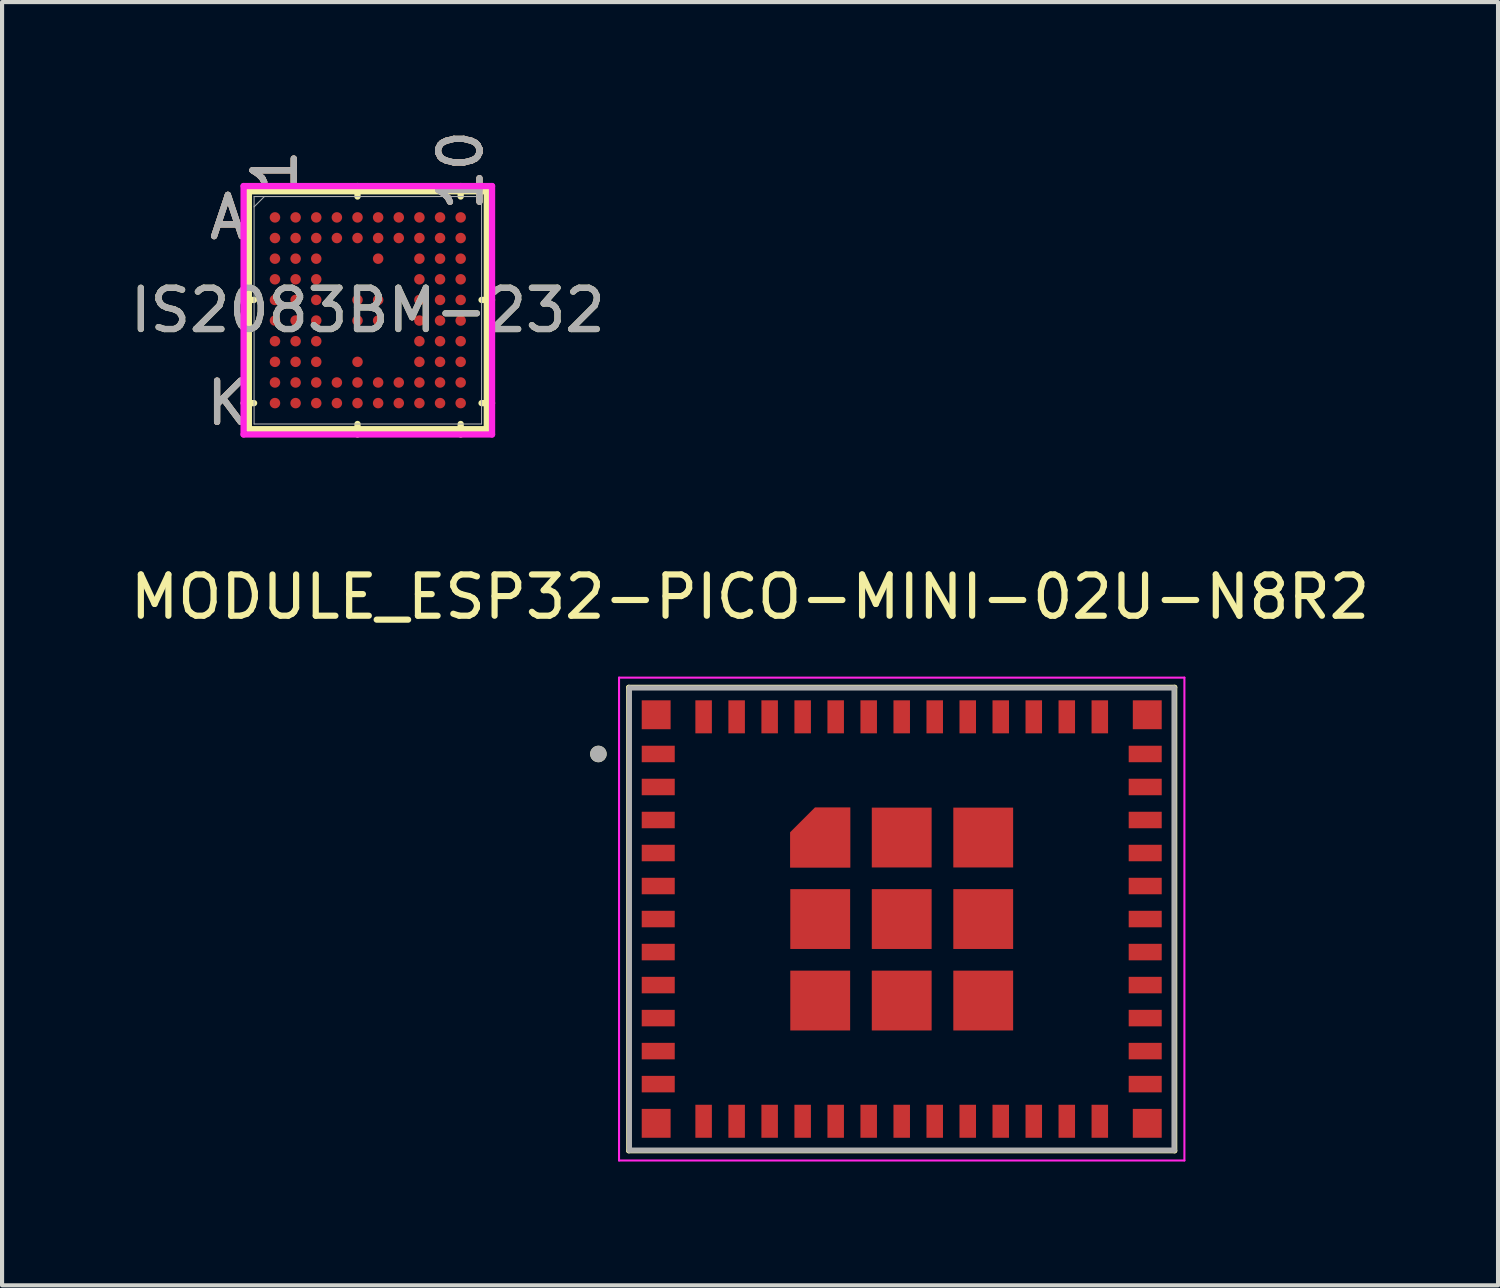
<source format=kicad_pcb>
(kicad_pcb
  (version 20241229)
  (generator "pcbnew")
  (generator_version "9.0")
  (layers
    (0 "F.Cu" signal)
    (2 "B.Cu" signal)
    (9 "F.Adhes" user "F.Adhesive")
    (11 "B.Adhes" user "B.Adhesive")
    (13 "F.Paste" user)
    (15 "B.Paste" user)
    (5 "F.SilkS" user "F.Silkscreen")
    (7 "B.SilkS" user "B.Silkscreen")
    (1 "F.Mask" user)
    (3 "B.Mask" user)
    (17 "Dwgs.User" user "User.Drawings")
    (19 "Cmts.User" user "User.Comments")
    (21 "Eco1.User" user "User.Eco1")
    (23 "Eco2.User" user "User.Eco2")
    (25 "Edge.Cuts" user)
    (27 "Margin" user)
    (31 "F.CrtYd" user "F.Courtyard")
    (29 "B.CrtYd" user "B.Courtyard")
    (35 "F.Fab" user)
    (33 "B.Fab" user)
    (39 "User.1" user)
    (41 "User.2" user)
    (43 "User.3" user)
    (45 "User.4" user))
  (footprint "MODULE_ESP32-PICO-MINI-02U-N8R2"
    (layer "F.Cu")
    (at 18.8 19.22)
    (property "Reference" "MODULE_ESP32-PICO-MINI-02U-N8R2" (at -3.675 -7.805 0) (layer "F.SilkS") (effects (font (size 1 1) (thickness 0.15))))
    (attr smd)
    (fp_poly (pts (xy -1.15 -1.15) (xy -1.15 -2.8) (xy -2.2 -2.8) (xy -2.8 -2.2) (xy -2.8 -1.15)) (stroke (width 0.01) (type solid)) (fill yes) (layer "F.Mask"))
    (fp_line (start -6.614 -5.614) (end 6.614 -5.614) (stroke (width 0.127) (type solid)) (layer "F.SilkS"))
    (fp_line (start -6.614 5.614) (end -6.614 -5.614) (stroke (width 0.127) (type solid)) (layer "F.SilkS"))
    (fp_line (start 6.614 -5.614) (end 6.614 5.614) (stroke (width 0.127) (type solid)) (layer "F.SilkS"))
    (fp_line (start 6.614 5.614) (end -6.614 5.614) (stroke (width 0.127) (type solid)) (layer "F.SilkS"))
    (fp_circle (center -7.35 -4) (end -7.25 -4) (stroke (width 0.2) (type solid)) (fill no) (layer "F.SilkS"))
    (fp_poly (pts (xy -1.25 -1.25) (xy -1.25 -2.7) (xy -2.1 -2.7) (xy -2.7 -2.1) (xy -2.7 -1.25)) (stroke (width 0.01) (type solid)) (fill yes) (layer "F.Paste"))
    (fp_line (start -6.85 -5.85) (end -6.85 5.85) (stroke (width 0.05) (type solid)) (layer "F.CrtYd"))
    (fp_line (start -6.85 5.85) (end 6.85 5.85) (stroke (width 0.05) (type solid)) (layer "F.CrtYd"))
    (fp_line (start 6.85 -5.85) (end -6.85 -5.85) (stroke (width 0.05) (type solid)) (layer "F.CrtYd"))
    (fp_line (start 6.85 5.85) (end 6.85 -5.85) (stroke (width 0.05) (type solid)) (layer "F.CrtYd"))
    (fp_line (start -6.6 -5.6) (end 6.6 -5.6) (stroke (width 0.127) (type solid)) (layer "F.Fab"))
    (fp_line (start -6.6 5.6) (end -6.6 -5.6) (stroke (width 0.127) (type solid)) (layer "F.Fab"))
    (fp_line (start 6.6 -5.6) (end 6.6 5.6) (stroke (width 0.127) (type solid)) (layer "F.Fab"))
    (fp_line (start 6.6 5.6) (end -6.6 5.6) (stroke (width 0.127) (type solid)) (layer "F.Fab"))
    (fp_circle (center -7.35 -4) (end -7.25 -4) (stroke (width 0.2) (type solid)) (fill no) (layer "F.Fab"))
    (pad "1" smd rect (at -5.9 -4) (size 0.8 0.4) (layers "F.Cu" "F.Mask" "F.Paste"))
    (pad "2" smd rect (at -5.9 -3.2) (size 0.8 0.4) (layers "F.Cu" "F.Mask" "F.Paste"))
    (pad "3" smd rect (at -5.9 -2.4) (size 0.8 0.4) (layers "F.Cu" "F.Mask" "F.Paste"))
    (pad "4" smd rect (at -5.9 -1.6) (size 0.8 0.4) (layers "F.Cu" "F.Mask" "F.Paste"))
    (pad "5" smd rect (at -5.9 -0.8) (size 0.8 0.4) (layers "F.Cu" "F.Mask" "F.Paste"))
    (pad "6" smd rect (at -5.9 0) (size 0.8 0.4) (layers "F.Cu" "F.Mask" "F.Paste"))
    (pad "7" smd rect (at -5.9 0.8) (size 0.8 0.4) (layers "F.Cu" "F.Mask" "F.Paste"))
    (pad "8" smd rect (at -5.9 1.6) (size 0.8 0.4) (layers "F.Cu" "F.Mask" "F.Paste"))
    (pad "9" smd rect (at -5.9 2.4) (size 0.8 0.4) (layers "F.Cu" "F.Mask" "F.Paste"))
    (pad "10" smd rect (at -5.9 3.2) (size 0.8 0.4) (layers "F.Cu" "F.Mask" "F.Paste"))
    (pad "11" smd rect (at -5.9 4) (size 0.8 0.4) (layers "F.Cu" "F.Mask" "F.Paste"))
    (pad "12" smd rect (at -4.8 4.9) (size 0.4 0.8) (layers "F.Cu" "F.Mask" "F.Paste"))
    (pad "13" smd rect (at -4 4.9) (size 0.4 0.8) (layers "F.Cu" "F.Mask" "F.Paste"))
    (pad "14" smd rect (at -3.2 4.9) (size 0.4 0.8) (layers "F.Cu" "F.Mask" "F.Paste"))
    (pad "15" smd rect (at -2.4 4.9) (size 0.4 0.8) (layers "F.Cu" "F.Mask" "F.Paste"))
    (pad "16" smd rect (at -1.6 4.9) (size 0.4 0.8) (layers "F.Cu" "F.Mask" "F.Paste"))
    (pad "17" smd rect (at -0.8 4.9) (size 0.4 0.8) (layers "F.Cu" "F.Mask" "F.Paste"))
    (pad "18" smd rect (at 0 4.9) (size 0.4 0.8) (layers "F.Cu" "F.Mask" "F.Paste"))
    (pad "19" smd rect (at 0.8 4.9) (size 0.4 0.8) (layers "F.Cu" "F.Mask" "F.Paste"))
    (pad "20" smd rect (at 1.6 4.9) (size 0.4 0.8) (layers "F.Cu" "F.Mask" "F.Paste"))
    (pad "21" smd rect (at 2.4 4.9) (size 0.4 0.8) (layers "F.Cu" "F.Mask" "F.Paste"))
    (pad "22" smd rect (at 3.2 4.9) (size 0.4 0.8) (layers "F.Cu" "F.Mask" "F.Paste"))
    (pad "23" smd rect (at 4 4.9) (size 0.4 0.8) (layers "F.Cu" "F.Mask" "F.Paste"))
    (pad "24" smd rect (at 4.8 4.9) (size 0.4 0.8) (layers "F.Cu" "F.Mask" "F.Paste"))
    (pad "25" smd rect (at 5.9 4) (size 0.8 0.4) (layers "F.Cu" "F.Mask" "F.Paste"))
    (pad "26" smd rect (at 5.9 3.2) (size 0.8 0.4) (layers "F.Cu" "F.Mask" "F.Paste"))
    (pad "27" smd rect (at 5.9 2.4) (size 0.8 0.4) (layers "F.Cu" "F.Mask" "F.Paste"))
    (pad "28" smd rect (at 5.9 1.6) (size 0.8 0.4) (layers "F.Cu" "F.Mask" "F.Paste"))
    (pad "29" smd rect (at 5.9 0.8) (size 0.8 0.4) (layers "F.Cu" "F.Mask" "F.Paste"))
    (pad "30" smd rect (at 5.9 0) (size 0.8 0.4) (layers "F.Cu" "F.Mask" "F.Paste"))
    (pad "31" smd rect (at 5.9 -0.8) (size 0.8 0.4) (layers "F.Cu" "F.Mask" "F.Paste"))
    (pad "32" smd rect (at 5.9 -1.6) (size 0.8 0.4) (layers "F.Cu" "F.Mask" "F.Paste"))
    (pad "33" smd rect (at 5.9 -2.4) (size 0.8 0.4) (layers "F.Cu" "F.Mask" "F.Paste"))
    (pad "34" smd rect (at 5.9 -3.2) (size 0.8 0.4) (layers "F.Cu" "F.Mask" "F.Paste"))
    (pad "35" smd rect (at 5.9 -4) (size 0.8 0.4) (layers "F.Cu" "F.Mask" "F.Paste"))
    (pad "36" smd rect (at 4.8 -4.9) (size 0.4 0.8) (layers "F.Cu" "F.Mask" "F.Paste"))
    (pad "37" smd rect (at 4 -4.9) (size 0.4 0.8) (layers "F.Cu" "F.Mask" "F.Paste"))
    (pad "38" smd rect (at 3.2 -4.9) (size 0.4 0.8) (layers "F.Cu" "F.Mask" "F.Paste"))
    (pad "39" smd rect (at 2.4 -4.9) (size 0.4 0.8) (layers "F.Cu" "F.Mask" "F.Paste"))
    (pad "40" smd rect (at 1.6 -4.9) (size 0.4 0.8) (layers "F.Cu" "F.Mask" "F.Paste"))
    (pad "41" smd rect (at 0.8 -4.9) (size 0.4 0.8) (layers "F.Cu" "F.Mask" "F.Paste"))
    (pad "42" smd rect (at 0 -4.9) (size 0.4 0.8) (layers "F.Cu" "F.Mask" "F.Paste"))
    (pad "43" smd rect (at -0.8 -4.9) (size 0.4 0.8) (layers "F.Cu" "F.Mask" "F.Paste"))
    (pad "44" smd rect (at -1.6 -4.9) (size 0.4 0.8) (layers "F.Cu" "F.Mask" "F.Paste"))
    (pad "45" smd rect (at -2.4 -4.9) (size 0.4 0.8) (layers "F.Cu" "F.Mask" "F.Paste"))
    (pad "46" smd rect (at -3.2 -4.9) (size 0.4 0.8) (layers "F.Cu" "F.Mask" "F.Paste"))
    (pad "47" smd rect (at -4 -4.9) (size 0.4 0.8) (layers "F.Cu" "F.Mask" "F.Paste"))
    (pad "48" smd rect (at -4.8 -4.9) (size 0.4 0.8) (layers "F.Cu" "F.Mask" "F.Paste"))
    (pad "49_1" smd rect (at 0 0) (size 1.45 1.45) (layers "F.Cu" "F.Mask" "F.Paste"))
    (pad "49_2" smd rect (at 0 1.975) (size 1.45 1.45) (layers "F.Cu" "F.Mask" "F.Paste"))
    (pad "49_3" smd rect (at 1.975 1.975) (size 1.45 1.45) (layers "F.Cu" "F.Mask" "F.Paste"))
    (pad "49_4" smd rect (at 1.975 0) (size 1.45 1.45) (layers "F.Cu" "F.Mask" "F.Paste"))
    (pad "49_5" smd rect (at 1.975 -1.975) (size 1.45 1.45) (layers "F.Cu" "F.Mask" "F.Paste"))
    (pad "49_6" smd custom (at -1.975 -1.975) (size 0.5 0.5) (layers "F.Cu") (options (anchor rect)) (primitives (gr_poly (pts (xy 0.725 0.725) (xy 0.725 -0.725) (xy -0.125 -0.725) (xy -0.725 -0.125) (xy -0.725 0.725)) (width 0.01) (fill yes))))
    (pad "49_7" smd rect (at -1.975 0) (size 1.45 1.45) (layers "F.Cu" "F.Mask" "F.Paste"))
    (pad "49_8" smd rect (at -1.975 1.975) (size 1.45 1.45) (layers "F.Cu" "F.Mask" "F.Paste"))
    (pad "49_9" smd rect (at 0 -1.975) (size 1.45 1.45) (layers "F.Cu" "F.Mask" "F.Paste"))
    (pad "50" smd rect (at 5.95 -4.95) (size 0.7 0.7) (layers "F.Cu" "F.Mask" "F.Paste"))
    (pad "51" smd rect (at 5.95 4.95) (size 0.7 0.7) (layers "F.Cu" "F.Mask" "F.Paste"))
    (pad "52" smd rect (at -5.95 4.95) (size 0.7 0.7) (layers "F.Cu" "F.Mask" "F.Paste"))
    (pad "53" smd rect (at -5.95 -4.95) (size 0.7 0.7) (layers "F.Cu" "F.Mask" "F.Paste")))
  (footprint "IS2083BM-232"
    (layer "F.Cu")
    (at 5.863 4.468)
    (property "Reference" "IS2083BM-232" (at 0 0 0) (unlocked yes) (layer "F.SilkS") (effects (font (size 1 1) (thickness 0.15))))
    (attr smd)
    (fp_line (start -2.883 -2.883) (end -2.883 2.883) (stroke (width 0.152) (type solid)) (layer "F.SilkS"))
    (fp_line (start -2.883 2.883) (end 2.883 2.883) (stroke (width 0.152) (type solid)) (layer "F.SilkS"))
    (fp_line (start -2.756 -0.25) (end -3.01 -0.25) (stroke (width 0.152) (type solid)) (layer "F.SilkS"))
    (fp_line (start -2.756 2.25) (end -3.01 2.25) (stroke (width 0.152) (type solid)) (layer "F.SilkS"))
    (fp_line (start -0.25 -2.756) (end -0.25 -3.01) (stroke (width 0.152) (type solid)) (layer "F.SilkS"))
    (fp_line (start -0.25 2.756) (end -0.25 3.01) (stroke (width 0.152) (type solid)) (layer "F.SilkS"))
    (fp_line (start 2.25 -2.756) (end 2.25 -3.01) (stroke (width 0.152) (type solid)) (layer "F.SilkS"))
    (fp_line (start 2.25 2.756) (end 2.25 3.01) (stroke (width 0.152) (type solid)) (layer "F.SilkS"))
    (fp_line (start 2.756 -0.25) (end 3.01 -0.25) (stroke (width 0.152) (type solid)) (layer "F.SilkS"))
    (fp_line (start 2.756 2.25) (end 3.01 2.25) (stroke (width 0.152) (type solid)) (layer "F.SilkS"))
    (fp_line (start 2.883 -2.883) (end -2.883 -2.883) (stroke (width 0.152) (type solid)) (layer "F.SilkS"))
    (fp_line (start 2.883 2.883) (end 2.883 -2.883) (stroke (width 0.152) (type solid)) (layer "F.SilkS"))
    (fp_line (start -3.01 -3.01) (end 3.01 -3.01) (stroke (width 0.152) (type solid)) (layer "F.CrtYd"))
    (fp_line (start -3.01 3.01) (end -3.01 -3.01) (stroke (width 0.152) (type solid)) (layer "F.CrtYd"))
    (fp_line (start 3.01 -3.01) (end 3.01 3.01) (stroke (width 0.152) (type solid)) (layer "F.CrtYd"))
    (fp_line (start 3.01 3.01) (end -3.01 3.01) (stroke (width 0.152) (type solid)) (layer "F.CrtYd"))
    (fp_line (start -2.756 -2.756) (end -2.756 2.756) (stroke (width 0.025) (type solid)) (layer "F.Fab"))
    (fp_line (start -2.756 2.756) (end 2.756 2.756) (stroke (width 0.025) (type solid)) (layer "F.Fab"))
    (fp_line (start -2.506 -2.756) (end -2.756 -2.506) (stroke (width 0.025) (type solid)) (layer "F.Fab"))
    (fp_line (start 2.756 -2.756) (end -2.756 -2.756) (stroke (width 0.025) (type solid)) (layer "F.Fab"))
    (fp_line (start 2.756 2.756) (end 2.756 -2.756) (stroke (width 0.025) (type solid)) (layer "F.Fab"))
    (fp_text user "A" (at -3.391 -2.25 0) (unlocked yes) (layer "F.SilkS") (effects (font (size 1 1) (thickness 0.15))))
    (fp_text user "K" (at -3.391 2.25 0) (unlocked yes) (layer "F.SilkS") (effects (font (size 1 1) (thickness 0.15))))
    (fp_text user "10" (at 2.25 -3.391 90) (unlocked yes) (layer "F.SilkS") (effects (font (size 1 1) (thickness 0.15))))
    (fp_text user "1" (at -2.25 -3.391 90) (unlocked yes) (layer "F.SilkS") (effects (font (size 1 1) (thickness 0.15))))
    (fp_text user "K" (at -3.391 2.25 0) (unlocked yes) (layer "B.SilkS") (effects (font (size 1 1) (thickness 0.15))))
    (fp_text user "1" (at -2.25 -3.391 90) (unlocked yes) (layer "B.SilkS") (effects (font (size 1 1) (thickness 0.15))))
    (fp_text user "10" (at 2.25 -3.391 90) (unlocked yes) (layer "B.SilkS") (effects (font (size 1 1) (thickness 0.15))))
    (fp_text user "A" (at -3.391 -2.25 0) (unlocked yes) (layer "B.SilkS") (effects (font (size 1 1) (thickness 0.15))))
    (fp_text user "1" (at -2.25 -3.391 90) (unlocked yes) (layer "F.Fab") (effects (font (size 1 1) (thickness 0.15))))
    (fp_text user "10" (at 2.25 -3.391 90) (unlocked yes) (layer "F.Fab") (effects (font (size 1 1) (thickness 0.15))))
    (fp_text user "A" (at -3.391 -2.25 0) (unlocked yes) (layer "F.Fab") (effects (font (size 1 1) (thickness 0.15))))
    (fp_text user "K" (at -3.391 2.25 0) (unlocked yes) (layer "F.Fab") (effects (font (size 1 1) (thickness 0.15))))
    (fp_text user "${REFERENCE}" (at 0 0 0) (unlocked yes) (layer "F.Fab") (effects (font (size 1 1) (thickness 0.15))))
    (pad "A1" smd circle (at -2.25 -2.25) (size 0.254 0.254) (layers "F.Cu" "F.Mask" "F.Paste"))
    (pad "A2" smd circle (at -1.75 -2.25) (size 0.254 0.254) (layers "F.Cu" "F.Mask" "F.Paste"))
    (pad "A3" smd circle (at -1.25 -2.25) (size 0.254 0.254) (layers "F.Cu" "F.Mask" "F.Paste"))
    (pad "A4" smd circle (at -0.75 -2.25) (size 0.254 0.254) (layers "F.Cu" "F.Mask" "F.Paste"))
    (pad "A5" smd circle (at -0.25 -2.25) (size 0.254 0.254) (layers "F.Cu" "F.Mask" "F.Paste"))
    (pad "A6" smd circle (at 0.25 -2.25) (size 0.254 0.254) (layers "F.Cu" "F.Mask" "F.Paste"))
    (pad "A7" smd circle (at 0.75 -2.25) (size 0.254 0.254) (layers "F.Cu" "F.Mask" "F.Paste"))
    (pad "A8" smd circle (at 1.25 -2.25) (size 0.254 0.254) (layers "F.Cu" "F.Mask" "F.Paste"))
    (pad "A9" smd circle (at 1.75 -2.25) (size 0.254 0.254) (layers "F.Cu" "F.Mask" "F.Paste"))
    (pad "A10" smd circle (at 2.25 -2.25) (size 0.254 0.254) (layers "F.Cu" "F.Mask" "F.Paste"))
    (pad "B1" smd circle (at -2.25 -1.75) (size 0.254 0.254) (layers "F.Cu" "F.Mask" "F.Paste"))
    (pad "B2" smd circle (at -1.75 -1.75) (size 0.254 0.254) (layers "F.Cu" "F.Mask" "F.Paste"))
    (pad "B3" smd circle (at -1.25 -1.75) (size 0.254 0.254) (layers "F.Cu" "F.Mask" "F.Paste"))
    (pad "B4" smd circle (at -0.75 -1.75) (size 0.254 0.254) (layers "F.Cu" "F.Mask" "F.Paste"))
    (pad "B5" smd circle (at -0.25 -1.75) (size 0.254 0.254) (layers "F.Cu" "F.Mask" "F.Paste"))
    (pad "B6" smd circle (at 0.25 -1.75) (size 0.254 0.254) (layers "F.Cu" "F.Mask" "F.Paste"))
    (pad "B7" smd circle (at 0.75 -1.75) (size 0.254 0.254) (layers "F.Cu" "F.Mask" "F.Paste"))
    (pad "B8" smd circle (at 1.25 -1.75) (size 0.254 0.254) (layers "F.Cu" "F.Mask" "F.Paste"))
    (pad "B9" smd circle (at 1.75 -1.75) (size 0.254 0.254) (layers "F.Cu" "F.Mask" "F.Paste"))
    (pad "B10" smd circle (at 2.25 -1.75) (size 0.254 0.254) (layers "F.Cu" "F.Mask" "F.Paste"))
    (pad "C1" smd circle (at -2.25 -1.25) (size 0.254 0.254) (layers "F.Cu" "F.Mask" "F.Paste"))
    (pad "C2" smd circle (at -1.75 -1.25) (size 0.254 0.254) (layers "F.Cu" "F.Mask" "F.Paste"))
    (pad "C3" smd circle (at -1.25 -1.25) (size 0.254 0.254) (layers "F.Cu" "F.Mask" "F.Paste"))
    (pad "C6" smd circle (at 0.25 -1.25) (size 0.254 0.254) (layers "F.Cu" "F.Mask" "F.Paste"))
    (pad "C8" smd circle (at 1.25 -1.25) (size 0.254 0.254) (layers "F.Cu" "F.Mask" "F.Paste"))
    (pad "C9" smd circle (at 1.75 -1.25) (size 0.254 0.254) (layers "F.Cu" "F.Mask" "F.Paste"))
    (pad "C10" smd circle (at 2.25 -1.25) (size 0.254 0.254) (layers "F.Cu" "F.Mask" "F.Paste"))
    (pad "D1" smd circle (at -2.25 -0.75) (size 0.254 0.254) (layers "F.Cu" "F.Mask" "F.Paste"))
    (pad "D2" smd circle (at -1.75 -0.75) (size 0.254 0.254) (layers "F.Cu" "F.Mask" "F.Paste"))
    (pad "D3" smd circle (at -1.25 -0.75) (size 0.254 0.254) (layers "F.Cu" "F.Mask" "F.Paste"))
    (pad "D8" smd circle (at 1.25 -0.75) (size 0.254 0.254) (layers "F.Cu" "F.Mask" "F.Paste"))
    (pad "D9" smd circle (at 1.75 -0.75) (size 0.254 0.254) (layers "F.Cu" "F.Mask" "F.Paste"))
    (pad "D10" smd circle (at 2.25 -0.75) (size 0.254 0.254) (layers "F.Cu" "F.Mask" "F.Paste"))
    (pad "E1" smd circle (at -2.25 -0.25) (size 0.254 0.254) (layers "F.Cu" "F.Mask" "F.Paste"))
    (pad "E2" smd circle (at -1.75 -0.25) (size 0.254 0.254) (layers "F.Cu" "F.Mask" "F.Paste"))
    (pad "E3" smd circle (at -1.25 -0.25) (size 0.254 0.254) (layers "F.Cu" "F.Mask" "F.Paste"))
    (pad "E5" smd circle (at -0.25 -0.25) (size 0.254 0.254) (layers "F.Cu" "F.Mask" "F.Paste"))
    (pad "E6" smd circle (at 0.25 -0.25) (size 0.254 0.254) (layers "F.Cu" "F.Mask" "F.Paste"))
    (pad "E8" smd circle (at 1.25 -0.25) (size 0.254 0.254) (layers "F.Cu" "F.Mask" "F.Paste"))
    (pad "E9" smd circle (at 1.75 -0.25) (size 0.254 0.254) (layers "F.Cu" "F.Mask" "F.Paste"))
    (pad "E10" smd circle (at 2.25 -0.25) (size 0.254 0.254) (layers "F.Cu" "F.Mask" "F.Paste"))
    (pad "F1" smd circle (at -2.25 0.25) (size 0.254 0.254) (layers "F.Cu" "F.Mask" "F.Paste"))
    (pad "F2" smd circle (at -1.75 0.25) (size 0.254 0.254) (layers "F.Cu" "F.Mask" "F.Paste"))
    (pad "F3" smd circle (at -1.25 0.25) (size 0.254 0.254) (layers "F.Cu" "F.Mask" "F.Paste"))
    (pad "F5" smd circle (at -0.25 0.25) (size 0.254 0.254) (layers "F.Cu" "F.Mask" "F.Paste"))
    (pad "F6" smd circle (at 0.25 0.25) (size 0.254 0.254) (layers "F.Cu" "F.Mask" "F.Paste"))
    (pad "F8" smd circle (at 1.25 0.25) (size 0.254 0.254) (layers "F.Cu" "F.Mask" "F.Paste"))
    (pad "F9" smd circle (at 1.75 0.25) (size 0.254 0.254) (layers "F.Cu" "F.Mask" "F.Paste"))
    (pad "F10" smd circle (at 2.25 0.25) (size 0.254 0.254) (layers "F.Cu" "F.Mask" "F.Paste"))
    (pad "G1" smd circle (at -2.25 0.75) (size 0.254 0.254) (layers "F.Cu" "F.Mask" "F.Paste"))
    (pad "G2" smd circle (at -1.75 0.75) (size 0.254 0.254) (layers "F.Cu" "F.Mask" "F.Paste"))
    (pad "G3" smd circle (at -1.25 0.75) (size 0.254 0.254) (layers "F.Cu" "F.Mask" "F.Paste"))
    (pad "G8" smd circle (at 1.25 0.75) (size 0.254 0.254) (layers "F.Cu" "F.Mask" "F.Paste"))
    (pad "G9" smd circle (at 1.75 0.75) (size 0.254 0.254) (layers "F.Cu" "F.Mask" "F.Paste"))
    (pad "G10" smd circle (at 2.25 0.75) (size 0.254 0.254) (layers "F.Cu" "F.Mask" "F.Paste"))
    (pad "H1" smd circle (at -2.25 1.25) (size 0.254 0.254) (layers "F.Cu" "F.Mask" "F.Paste"))
    (pad "H2" smd circle (at -1.75 1.25) (size 0.254 0.254) (layers "F.Cu" "F.Mask" "F.Paste"))
    (pad "H3" smd circle (at -1.25 1.25) (size 0.254 0.254) (layers "F.Cu" "F.Mask" "F.Paste"))
    (pad "H5" smd circle (at -0.25 1.25) (size 0.254 0.254) (layers "F.Cu" "F.Mask" "F.Paste"))
    (pad "H8" smd circle (at 1.25 1.25) (size 0.254 0.254) (layers "F.Cu" "F.Mask" "F.Paste"))
    (pad "H9" smd circle (at 1.75 1.25) (size 0.254 0.254) (layers "F.Cu" "F.Mask" "F.Paste"))
    (pad "H10" smd circle (at 2.25 1.25) (size 0.254 0.254) (layers "F.Cu" "F.Mask" "F.Paste"))
    (pad "J1" smd circle (at -2.25 1.75) (size 0.254 0.254) (layers "F.Cu" "F.Mask" "F.Paste"))
    (pad "J2" smd circle (at -1.75 1.75) (size 0.254 0.254) (layers "F.Cu" "F.Mask" "F.Paste"))
    (pad "J3" smd circle (at -1.25 1.75) (size 0.254 0.254) (layers "F.Cu" "F.Mask" "F.Paste"))
    (pad "J4" smd circle (at -0.75 1.75) (size 0.254 0.254) (layers "F.Cu" "F.Mask" "F.Paste"))
    (pad "J5" smd circle (at -0.25 1.75) (size 0.254 0.254) (layers "F.Cu" "F.Mask" "F.Paste"))
    (pad "J6" smd circle (at 0.25 1.75) (size 0.254 0.254) (layers "F.Cu" "F.Mask" "F.Paste"))
    (pad "J7" smd circle (at 0.75 1.75) (size 0.254 0.254) (layers "F.Cu" "F.Mask" "F.Paste"))
    (pad "J8" smd circle (at 1.25 1.75) (size 0.254 0.254) (layers "F.Cu" "F.Mask" "F.Paste"))
    (pad "J9" smd circle (at 1.75 1.75) (size 0.254 0.254) (layers "F.Cu" "F.Mask" "F.Paste"))
    (pad "J10" smd circle (at 2.25 1.75) (size 0.254 0.254) (layers "F.Cu" "F.Mask" "F.Paste"))
    (pad "K1" smd circle (at -2.25 2.25) (size 0.254 0.254) (layers "F.Cu" "F.Mask" "F.Paste"))
    (pad "K2" smd circle (at -1.75 2.25) (size 0.254 0.254) (layers "F.Cu" "F.Mask" "F.Paste"))
    (pad "K3" smd circle (at -1.25 2.25) (size 0.254 0.254) (layers "F.Cu" "F.Mask" "F.Paste"))
    (pad "K4" smd circle (at -0.75 2.25) (size 0.254 0.254) (layers "F.Cu" "F.Mask" "F.Paste"))
    (pad "K5" smd circle (at -0.25 2.25) (size 0.254 0.254) (layers "F.Cu" "F.Mask" "F.Paste"))
    (pad "K6" smd circle (at 0.25 2.25) (size 0.254 0.254) (layers "F.Cu" "F.Mask" "F.Paste"))
    (pad "K7" smd circle (at 0.75 2.25) (size 0.254 0.254) (layers "F.Cu" "F.Mask" "F.Paste"))
    (pad "K8" smd circle (at 1.25 2.25) (size 0.254 0.254) (layers "F.Cu" "F.Mask" "F.Paste"))
    (pad "K9" smd circle (at 1.75 2.25) (size 0.254 0.254) (layers "F.Cu" "F.Mask" "F.Paste"))
    (pad "K10" smd circle (at 2.25 2.25) (size 0.254 0.254) (layers "F.Cu" "F.Mask" "F.Paste")))
  (gr_rect
    (start -3 -3)
    (end 33.25 28.095)
    (stroke (width 0.1) (type default))
    (fill no)
    (layer "Edge.Cuts")))
</source>
